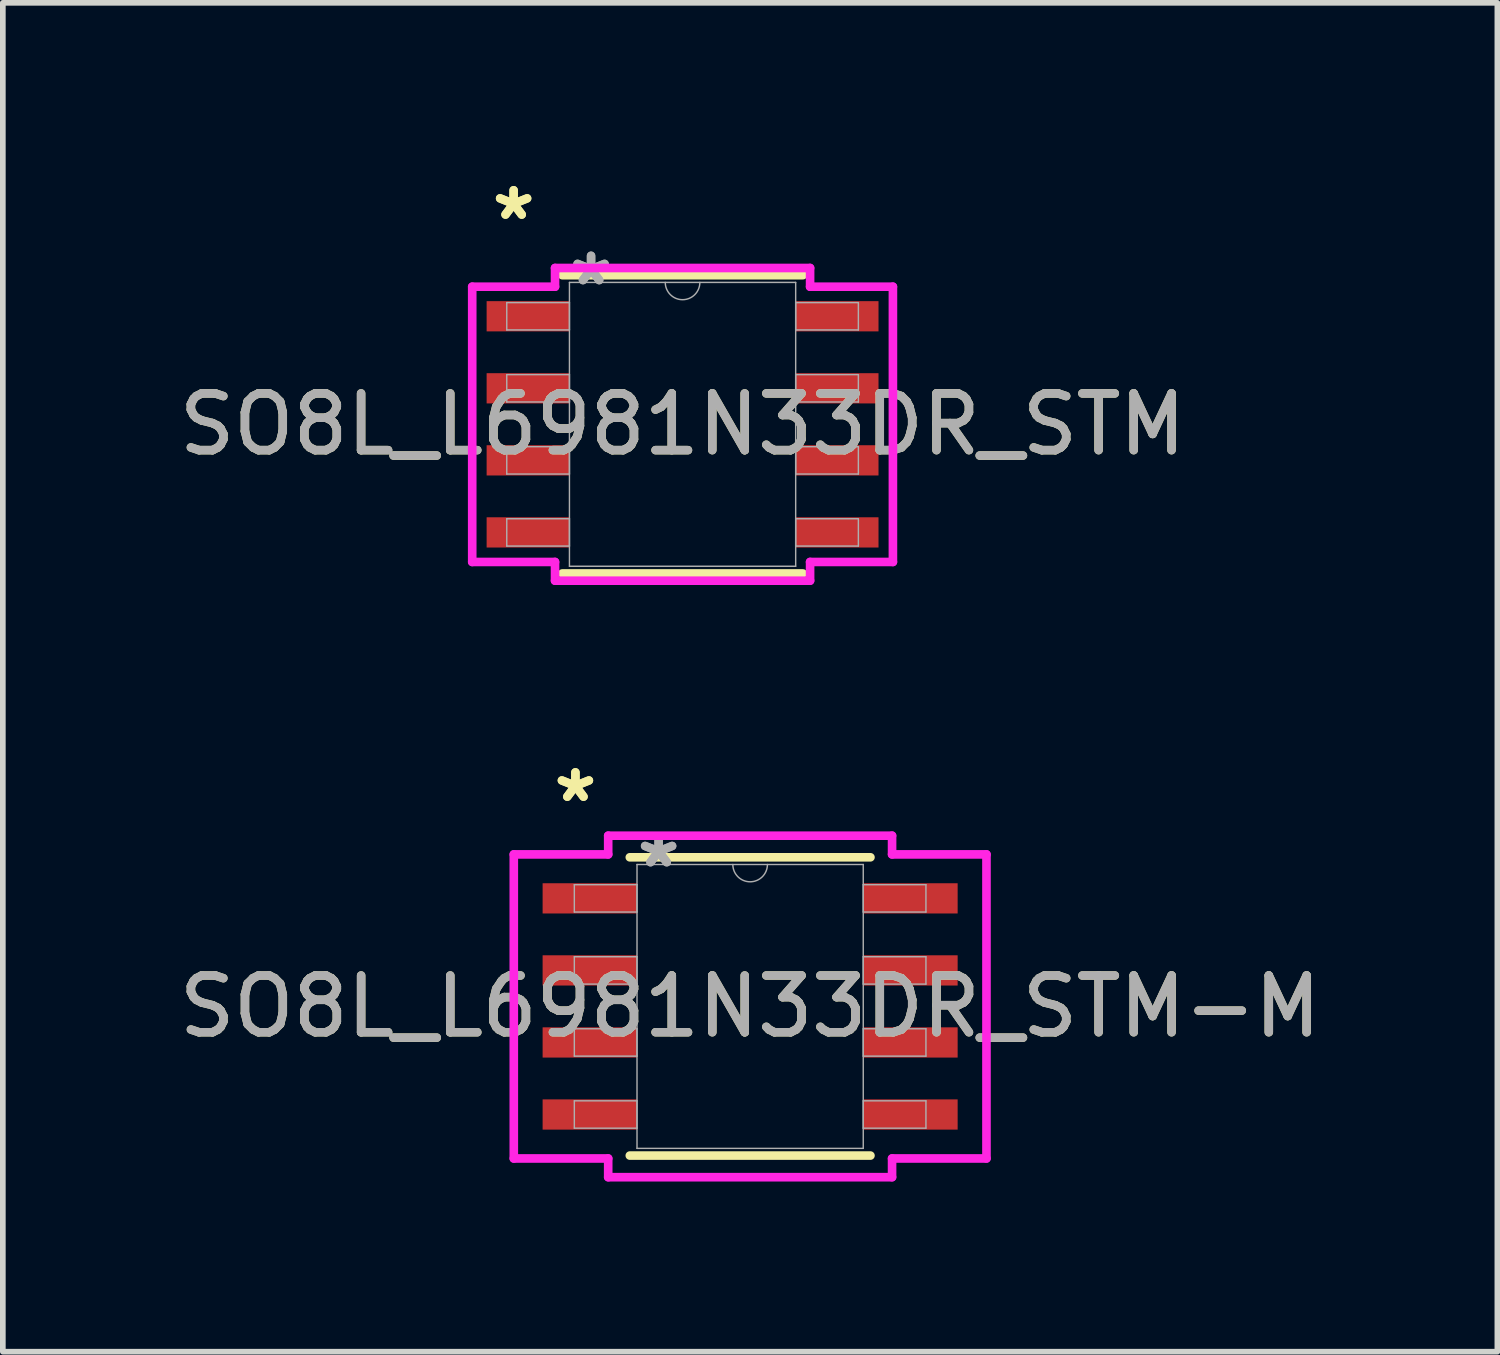
<source format=kicad_pcb>
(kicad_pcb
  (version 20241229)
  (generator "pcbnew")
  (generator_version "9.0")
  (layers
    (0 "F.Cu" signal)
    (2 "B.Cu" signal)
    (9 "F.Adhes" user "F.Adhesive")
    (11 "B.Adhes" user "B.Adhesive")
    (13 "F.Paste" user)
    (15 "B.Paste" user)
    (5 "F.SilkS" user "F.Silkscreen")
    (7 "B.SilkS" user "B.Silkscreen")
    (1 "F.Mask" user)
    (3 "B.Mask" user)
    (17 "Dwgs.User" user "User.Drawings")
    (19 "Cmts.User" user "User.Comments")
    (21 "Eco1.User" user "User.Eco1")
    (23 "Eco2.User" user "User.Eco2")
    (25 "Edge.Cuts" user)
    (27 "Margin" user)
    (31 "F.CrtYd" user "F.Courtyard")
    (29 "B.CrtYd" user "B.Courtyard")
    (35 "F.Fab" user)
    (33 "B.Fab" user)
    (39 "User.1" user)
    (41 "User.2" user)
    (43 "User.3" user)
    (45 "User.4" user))
  (footprint "SO8L_L6981N33DR_STM-M"
    (layer "F.Cu")
    (at 10.173 14.691)
    (property "Reference" "SO8L_L6981N33DR_STM-M" (at 0 0 0) (unlocked yes) (layer "F.SilkS") (effects (font (size 1 1) (thickness 0.15))))
    (attr smd)
    (fp_line (start -2.121 2.629) (end 2.121 2.629) (stroke (width 0.152) (type solid)) (layer "F.SilkS"))
    (fp_line (start 2.121 -2.629) (end -2.121 -2.629) (stroke (width 0.152) (type solid)) (layer "F.SilkS"))
    (fp_line (start -4.166 -2.68) (end -2.502 -2.68) (stroke (width 0.152) (type solid)) (layer "F.CrtYd"))
    (fp_line (start -4.166 2.68) (end -4.166 -2.68) (stroke (width 0.152) (type solid)) (layer "F.CrtYd"))
    (fp_line (start -4.166 2.68) (end -2.502 2.68) (stroke (width 0.152) (type solid)) (layer "F.CrtYd"))
    (fp_line (start -2.502 -3.01) (end 2.502 -3.01) (stroke (width 0.152) (type solid)) (layer "F.CrtYd"))
    (fp_line (start -2.502 -2.68) (end -2.502 -3.01) (stroke (width 0.152) (type solid)) (layer "F.CrtYd"))
    (fp_line (start -2.502 3.01) (end -2.502 2.68) (stroke (width 0.152) (type solid)) (layer "F.CrtYd"))
    (fp_line (start 2.502 -3.01) (end 2.502 -2.68) (stroke (width 0.152) (type solid)) (layer "F.CrtYd"))
    (fp_line (start 2.502 2.68) (end 2.502 3.01) (stroke (width 0.152) (type solid)) (layer "F.CrtYd"))
    (fp_line (start 2.502 3.01) (end -2.502 3.01) (stroke (width 0.152) (type solid)) (layer "F.CrtYd"))
    (fp_line (start 4.166 -2.68) (end 2.502 -2.68) (stroke (width 0.152) (type solid)) (layer "F.CrtYd"))
    (fp_line (start 4.166 -2.68) (end 4.166 2.68) (stroke (width 0.152) (type solid)) (layer "F.CrtYd"))
    (fp_line (start 4.166 2.68) (end 2.502 2.68) (stroke (width 0.152) (type solid)) (layer "F.CrtYd"))
    (fp_line (start -3.099 -2.146) (end -3.099 -1.664) (stroke (width 0.025) (type solid)) (layer "F.Fab"))
    (fp_line (start -3.099 -1.664) (end -1.994 -1.664) (stroke (width 0.025) (type solid)) (layer "F.Fab"))
    (fp_line (start -3.099 -0.876) (end -3.099 -0.394) (stroke (width 0.025) (type solid)) (layer "F.Fab"))
    (fp_line (start -3.099 -0.394) (end -1.994 -0.394) (stroke (width 0.025) (type solid)) (layer "F.Fab"))
    (fp_line (start -3.099 0.394) (end -3.099 0.876) (stroke (width 0.025) (type solid)) (layer "F.Fab"))
    (fp_line (start -3.099 0.876) (end -1.994 0.876) (stroke (width 0.025) (type solid)) (layer "F.Fab"))
    (fp_line (start -3.099 1.664) (end -3.099 2.146) (stroke (width 0.025) (type solid)) (layer "F.Fab"))
    (fp_line (start -3.099 2.146) (end -1.994 2.146) (stroke (width 0.025) (type solid)) (layer "F.Fab"))
    (fp_line (start -1.994 -2.502) (end -1.994 2.502) (stroke (width 0.025) (type solid)) (layer "F.Fab"))
    (fp_line (start -1.994 -2.146) (end -3.099 -2.146) (stroke (width 0.025) (type solid)) (layer "F.Fab"))
    (fp_line (start -1.994 -1.664) (end -1.994 -2.146) (stroke (width 0.025) (type solid)) (layer "F.Fab"))
    (fp_line (start -1.994 -0.876) (end -3.099 -0.876) (stroke (width 0.025) (type solid)) (layer "F.Fab"))
    (fp_line (start -1.994 -0.394) (end -1.994 -0.876) (stroke (width 0.025) (type solid)) (layer "F.Fab"))
    (fp_line (start -1.994 0.394) (end -3.099 0.394) (stroke (width 0.025) (type solid)) (layer "F.Fab"))
    (fp_line (start -1.994 0.876) (end -1.994 0.394) (stroke (width 0.025) (type solid)) (layer "F.Fab"))
    (fp_line (start -1.994 1.664) (end -3.099 1.664) (stroke (width 0.025) (type solid)) (layer "F.Fab"))
    (fp_line (start -1.994 2.146) (end -1.994 1.664) (stroke (width 0.025) (type solid)) (layer "F.Fab"))
    (fp_line (start -1.994 2.502) (end 1.994 2.502) (stroke (width 0.025) (type solid)) (layer "F.Fab"))
    (fp_line (start 1.994 -2.502) (end -1.994 -2.502) (stroke (width 0.025) (type solid)) (layer "F.Fab"))
    (fp_line (start 1.994 -2.146) (end 1.994 -1.664) (stroke (width 0.025) (type solid)) (layer "F.Fab"))
    (fp_line (start 1.994 -1.664) (end 3.099 -1.664) (stroke (width 0.025) (type solid)) (layer "F.Fab"))
    (fp_line (start 1.994 -0.876) (end 1.994 -0.394) (stroke (width 0.025) (type solid)) (layer "F.Fab"))
    (fp_line (start 1.994 -0.394) (end 3.099 -0.394) (stroke (width 0.025) (type solid)) (layer "F.Fab"))
    (fp_line (start 1.994 0.394) (end 1.994 0.876) (stroke (width 0.025) (type solid)) (layer "F.Fab"))
    (fp_line (start 1.994 0.876) (end 3.099 0.876) (stroke (width 0.025) (type solid)) (layer "F.Fab"))
    (fp_line (start 1.994 1.664) (end 1.994 2.146) (stroke (width 0.025) (type solid)) (layer "F.Fab"))
    (fp_line (start 1.994 2.146) (end 3.099 2.146) (stroke (width 0.025) (type solid)) (layer "F.Fab"))
    (fp_line (start 1.994 2.502) (end 1.994 -2.502) (stroke (width 0.025) (type solid)) (layer "F.Fab"))
    (fp_line (start 3.099 -2.146) (end 1.994 -2.146) (stroke (width 0.025) (type solid)) (layer "F.Fab"))
    (fp_line (start 3.099 -1.664) (end 3.099 -2.146) (stroke (width 0.025) (type solid)) (layer "F.Fab"))
    (fp_line (start 3.099 -0.876) (end 1.994 -0.876) (stroke (width 0.025) (type solid)) (layer "F.Fab"))
    (fp_line (start 3.099 -0.394) (end 3.099 -0.876) (stroke (width 0.025) (type solid)) (layer "F.Fab"))
    (fp_line (start 3.099 0.394) (end 1.994 0.394) (stroke (width 0.025) (type solid)) (layer "F.Fab"))
    (fp_line (start 3.099 0.876) (end 3.099 0.394) (stroke (width 0.025) (type solid)) (layer "F.Fab"))
    (fp_line (start 3.099 1.664) (end 1.994 1.664) (stroke (width 0.025) (type solid)) (layer "F.Fab"))
    (fp_line (start 3.099 2.146) (end 3.099 1.664) (stroke (width 0.025) (type solid)) (layer "F.Fab"))
    (fp_arc (start 0.3048 -2.5019) (mid 0 -2.1971) (end -0.3048 -2.5019) (stroke (width 0.0254) (type solid)) (layer "F.Fab"))
    (fp_text user "*" (at -3.08 -3.581 0) (layer "F.SilkS") (effects (font (size 1 1) (thickness 0.15))))
    (fp_text user "*" (at -3.08 -3.581 0) (unlocked yes) (layer "F.SilkS") (effects (font (size 1 1) (thickness 0.15))))
    (fp_text user "*" (at -1.613 -2.426 0) (layer "F.Fab") (effects (font (size 1 1) (thickness 0.15))))
    (fp_text user "${REFERENCE}" (at 0 0 0) (unlocked yes) (layer "F.Fab") (effects (font (size 1 1) (thickness 0.15))))
    (fp_text user "*" (at -1.613 -2.426 0) (unlocked yes) (layer "F.Fab") (effects (font (size 1 1) (thickness 0.15))))
    (pad "1" smd rect (at -2.826 -1.905) (size 1.664 0.533) (layers "F.Cu" "F.Mask" "F.Paste"))
    (pad "2" smd rect (at -2.826 -0.635) (size 1.664 0.533) (layers "F.Cu" "F.Mask" "F.Paste"))
    (pad "3" smd rect (at -2.826 0.635) (size 1.664 0.533) (layers "F.Cu" "F.Mask" "F.Paste"))
    (pad "4" smd rect (at -2.826 1.905) (size 1.664 0.533) (layers "F.Cu" "F.Mask" "F.Paste"))
    (pad "5" smd rect (at 2.826 1.905) (size 1.664 0.533) (layers "F.Cu" "F.Mask" "F.Paste"))
    (pad "6" smd rect (at 2.826 0.635) (size 1.664 0.533) (layers "F.Cu" "F.Mask" "F.Paste"))
    (pad "7" smd rect (at 2.826 -0.635) (size 1.664 0.533) (layers "F.Cu" "F.Mask" "F.Paste"))
    (pad "8" smd rect (at 2.826 -1.905) (size 1.664 0.533) (layers "F.Cu" "F.Mask" "F.Paste")))
  (footprint "SO8L_L6981N33DR_STM"
    (layer "F.Cu")
    (at 8.982 4.43)
    (property "Reference" "SO8L_L6981N33DR_STM" (at 0 0 0) (unlocked yes) (layer "F.SilkS") (effects (font (size 1 1) (thickness 0.15))))
    (attr smd)
    (fp_line (start -2.121 2.629) (end 2.121 2.629) (stroke (width 0.152) (type solid)) (layer "F.SilkS"))
    (fp_line (start 2.121 -2.629) (end -2.121 -2.629) (stroke (width 0.152) (type solid)) (layer "F.SilkS"))
    (fp_line (start -3.708 -2.426) (end -2.248 -2.426) (stroke (width 0.152) (type solid)) (layer "F.CrtYd"))
    (fp_line (start -3.708 2.426) (end -3.708 -2.426) (stroke (width 0.152) (type solid)) (layer "F.CrtYd"))
    (fp_line (start -3.708 2.426) (end -2.248 2.426) (stroke (width 0.152) (type solid)) (layer "F.CrtYd"))
    (fp_line (start -2.248 -2.756) (end 2.248 -2.756) (stroke (width 0.152) (type solid)) (layer "F.CrtYd"))
    (fp_line (start -2.248 -2.426) (end -2.248 -2.756) (stroke (width 0.152) (type solid)) (layer "F.CrtYd"))
    (fp_line (start -2.248 2.756) (end -2.248 2.426) (stroke (width 0.152) (type solid)) (layer "F.CrtYd"))
    (fp_line (start 2.248 -2.756) (end 2.248 -2.426) (stroke (width 0.152) (type solid)) (layer "F.CrtYd"))
    (fp_line (start 2.248 2.426) (end 2.248 2.756) (stroke (width 0.152) (type solid)) (layer "F.CrtYd"))
    (fp_line (start 2.248 2.756) (end -2.248 2.756) (stroke (width 0.152) (type solid)) (layer "F.CrtYd"))
    (fp_line (start 3.708 -2.426) (end 2.248 -2.426) (stroke (width 0.152) (type solid)) (layer "F.CrtYd"))
    (fp_line (start 3.708 -2.426) (end 3.708 2.426) (stroke (width 0.152) (type solid)) (layer "F.CrtYd"))
    (fp_line (start 3.708 2.426) (end 2.248 2.426) (stroke (width 0.152) (type solid)) (layer "F.CrtYd"))
    (fp_line (start -3.099 -2.146) (end -3.099 -1.664) (stroke (width 0.025) (type solid)) (layer "F.Fab"))
    (fp_line (start -3.099 -1.664) (end -1.994 -1.664) (stroke (width 0.025) (type solid)) (layer "F.Fab"))
    (fp_line (start -3.099 -0.876) (end -3.099 -0.394) (stroke (width 0.025) (type solid)) (layer "F.Fab"))
    (fp_line (start -3.099 -0.394) (end -1.994 -0.394) (stroke (width 0.025) (type solid)) (layer "F.Fab"))
    (fp_line (start -3.099 0.394) (end -3.099 0.876) (stroke (width 0.025) (type solid)) (layer "F.Fab"))
    (fp_line (start -3.099 0.876) (end -1.994 0.876) (stroke (width 0.025) (type solid)) (layer "F.Fab"))
    (fp_line (start -3.099 1.664) (end -3.099 2.146) (stroke (width 0.025) (type solid)) (layer "F.Fab"))
    (fp_line (start -3.099 2.146) (end -1.994 2.146) (stroke (width 0.025) (type solid)) (layer "F.Fab"))
    (fp_line (start -1.994 -2.502) (end -1.994 2.502) (stroke (width 0.025) (type solid)) (layer "F.Fab"))
    (fp_line (start -1.994 -2.146) (end -3.099 -2.146) (stroke (width 0.025) (type solid)) (layer "F.Fab"))
    (fp_line (start -1.994 -1.664) (end -1.994 -2.146) (stroke (width 0.025) (type solid)) (layer "F.Fab"))
    (fp_line (start -1.994 -0.876) (end -3.099 -0.876) (stroke (width 0.025) (type solid)) (layer "F.Fab"))
    (fp_line (start -1.994 -0.394) (end -1.994 -0.876) (stroke (width 0.025) (type solid)) (layer "F.Fab"))
    (fp_line (start -1.994 0.394) (end -3.099 0.394) (stroke (width 0.025) (type solid)) (layer "F.Fab"))
    (fp_line (start -1.994 0.876) (end -1.994 0.394) (stroke (width 0.025) (type solid)) (layer "F.Fab"))
    (fp_line (start -1.994 1.664) (end -3.099 1.664) (stroke (width 0.025) (type solid)) (layer "F.Fab"))
    (fp_line (start -1.994 2.146) (end -1.994 1.664) (stroke (width 0.025) (type solid)) (layer "F.Fab"))
    (fp_line (start -1.994 2.502) (end 1.994 2.502) (stroke (width 0.025) (type solid)) (layer "F.Fab"))
    (fp_line (start 1.994 -2.502) (end -1.994 -2.502) (stroke (width 0.025) (type solid)) (layer "F.Fab"))
    (fp_line (start 1.994 -2.146) (end 1.994 -1.664) (stroke (width 0.025) (type solid)) (layer "F.Fab"))
    (fp_line (start 1.994 -1.664) (end 3.099 -1.664) (stroke (width 0.025) (type solid)) (layer "F.Fab"))
    (fp_line (start 1.994 -0.876) (end 1.994 -0.394) (stroke (width 0.025) (type solid)) (layer "F.Fab"))
    (fp_line (start 1.994 -0.394) (end 3.099 -0.394) (stroke (width 0.025) (type solid)) (layer "F.Fab"))
    (fp_line (start 1.994 0.394) (end 1.994 0.876) (stroke (width 0.025) (type solid)) (layer "F.Fab"))
    (fp_line (start 1.994 0.876) (end 3.099 0.876) (stroke (width 0.025) (type solid)) (layer "F.Fab"))
    (fp_line (start 1.994 1.664) (end 1.994 2.146) (stroke (width 0.025) (type solid)) (layer "F.Fab"))
    (fp_line (start 1.994 2.146) (end 3.099 2.146) (stroke (width 0.025) (type solid)) (layer "F.Fab"))
    (fp_line (start 1.994 2.502) (end 1.994 -2.502) (stroke (width 0.025) (type solid)) (layer "F.Fab"))
    (fp_line (start 3.099 -2.146) (end 1.994 -2.146) (stroke (width 0.025) (type solid)) (layer "F.Fab"))
    (fp_line (start 3.099 -1.664) (end 3.099 -2.146) (stroke (width 0.025) (type solid)) (layer "F.Fab"))
    (fp_line (start 3.099 -0.876) (end 1.994 -0.876) (stroke (width 0.025) (type solid)) (layer "F.Fab"))
    (fp_line (start 3.099 -0.394) (end 3.099 -0.876) (stroke (width 0.025) (type solid)) (layer "F.Fab"))
    (fp_line (start 3.099 0.394) (end 1.994 0.394) (stroke (width 0.025) (type solid)) (layer "F.Fab"))
    (fp_line (start 3.099 0.876) (end 3.099 0.394) (stroke (width 0.025) (type solid)) (layer "F.Fab"))
    (fp_line (start 3.099 1.664) (end 1.994 1.664) (stroke (width 0.025) (type solid)) (layer "F.Fab"))
    (fp_line (start 3.099 2.146) (end 3.099 1.664) (stroke (width 0.025) (type solid)) (layer "F.Fab"))
    (fp_arc (start 0.3048 -2.5019) (mid 0 -2.1971) (end -0.3048 -2.5019) (stroke (width 0.0254) (type solid)) (layer "F.Fab"))
    (fp_text user "*" (at -2.978 -3.581 0) (layer "F.SilkS") (effects (font (size 1 1) (thickness 0.15))))
    (fp_text user "*" (at -2.978 -3.581 0) (unlocked yes) (layer "F.SilkS") (effects (font (size 1 1) (thickness 0.15))))
    (fp_text user "*" (at -1.613 -2.426 0) (unlocked yes) (layer "F.Fab") (effects (font (size 1 1) (thickness 0.15))))
    (fp_text user "${REFERENCE}" (at 0 0 0) (unlocked yes) (layer "F.Fab") (effects (font (size 1 1) (thickness 0.15))))
    (fp_text user "*" (at -1.613 -2.426 0) (layer "F.Fab") (effects (font (size 1 1) (thickness 0.15))))
    (pad "1" smd rect (at -2.724 -1.905) (size 1.46 0.533) (layers "F.Cu" "F.Mask" "F.Paste"))
    (pad "2" smd rect (at -2.724 -0.635) (size 1.46 0.533) (layers "F.Cu" "F.Mask" "F.Paste"))
    (pad "3" smd rect (at -2.724 0.635) (size 1.46 0.533) (layers "F.Cu" "F.Mask" "F.Paste"))
    (pad "4" smd rect (at -2.724 1.905) (size 1.46 0.533) (layers "F.Cu" "F.Mask" "F.Paste"))
    (pad "5" smd rect (at 2.724 1.905) (size 1.46 0.533) (layers "F.Cu" "F.Mask" "F.Paste"))
    (pad "6" smd rect (at 2.724 0.635) (size 1.46 0.533) (layers "F.Cu" "F.Mask" "F.Paste"))
    (pad "7" smd rect (at 2.724 -0.635) (size 1.46 0.533) (layers "F.Cu" "F.Mask" "F.Paste"))
    (pad "8" smd rect (at 2.724 -1.905) (size 1.46 0.533) (layers "F.Cu" "F.Mask" "F.Paste")))
  (gr_rect
    (start -3 -3)
    (end 23.345 20.777)
    (stroke (width 0.1) (type default))
    (fill no)
    (layer "Edge.Cuts")))
</source>
